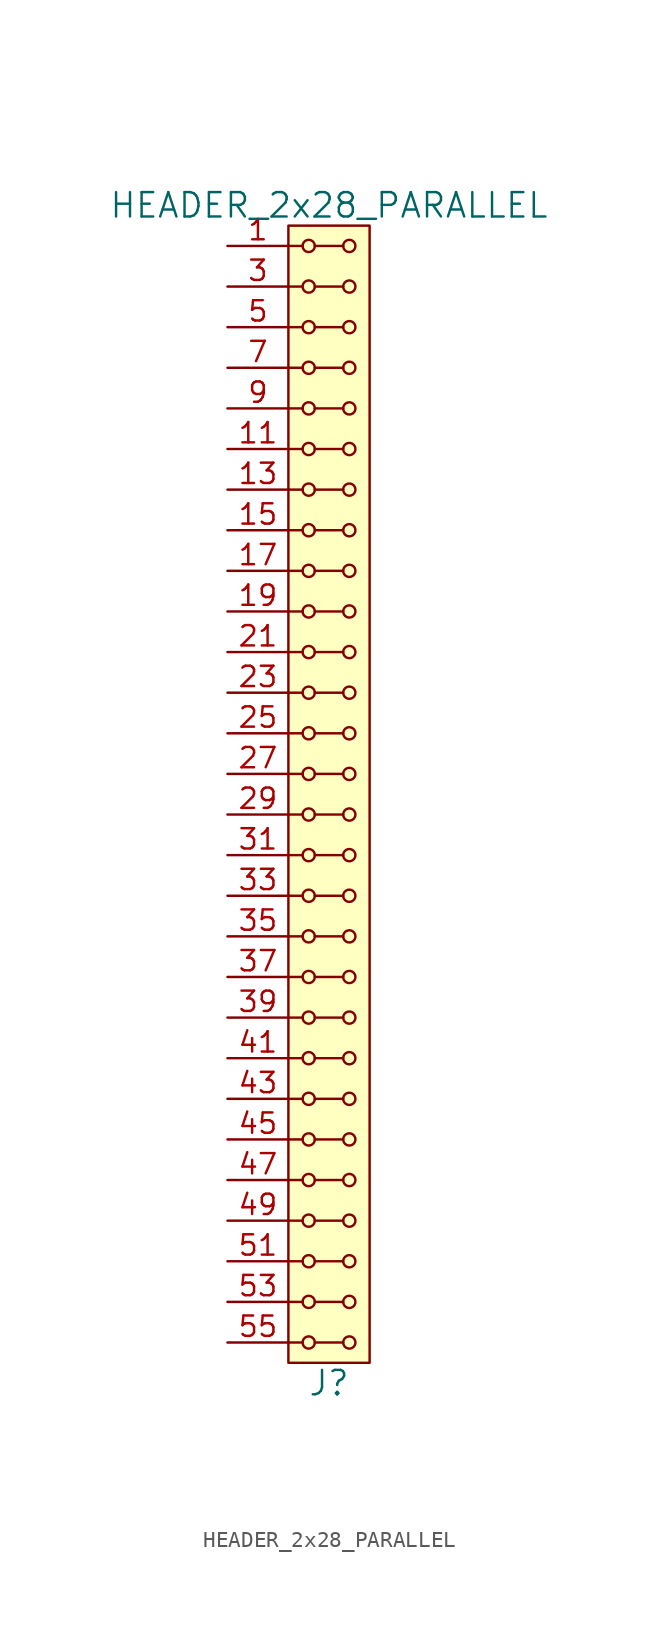
<source format=kicad_sym>
(kicad_symbol_lib
  (version 20211014)
  (generator kicad_symbol_editor)
  (symbol "HEADER_2x28_PARALLEL"
    (pin_names
      (offset 1.016))
    (property "Reference" "J"
      (at 0 -36.83 0)
      (effects (font (size 1.524 1.524))))
    (property "Value" "HEADER_2x28_PARALLEL"
      (at 0 36.83 0)
      (effects (font (size 1.524 1.524))))
    (property "Footprint" ""
      (at 0 34.29 0)
      (effects (font (size 1.524 1.524))))
    (property "Datasheet" ""
      (at 0 34.29 0)
      (effects (font (size 1.524 1.524))))
    (symbol "HEADER_2x28_PARALLEL_0_1"
      (rectangle (start -2.54 35.56) (end 2.54 -35.56) (stroke (width 0) (type default) (color 0 0 0 0)) (fill (type background)))
      (circle (center -1.27 -34.29) (radius 0.381) (stroke (width 0) (type default) (color 0 0 0 0)) (fill (type none)))
      (circle (center -1.27 -31.75) (radius 0.381) (stroke (width 0) (type default) (color 0 0 0 0)) (fill (type none)))
      (circle (center -1.27 -29.21) (radius 0.381) (stroke (width 0) (type default) (color 0 0 0 0)) (fill (type none)))
      (circle (center -1.27 -26.67) (radius 0.381) (stroke (width 0) (type default) (color 0 0 0 0)) (fill (type none)))
      (circle (center -1.27 -24.13) (radius 0.381) (stroke (width 0) (type default) (color 0 0 0 0)) (fill (type none)))
      (circle (center -1.27 -21.59) (radius 0.381) (stroke (width 0) (type default) (color 0 0 0 0)) (fill (type none)))
      (circle (center -1.27 -19.05) (radius 0.381) (stroke (width 0) (type default) (color 0 0 0 0)) (fill (type none)))
      (circle (center -1.27 -16.51) (radius 0.381) (stroke (width 0) (type default) (color 0 0 0 0)) (fill (type none)))
      (circle (center -1.27 -13.97) (radius 0.381) (stroke (width 0) (type default) (color 0 0 0 0)) (fill (type none)))
      (circle (center -1.27 -11.43) (radius 0.381) (stroke (width 0) (type default) (color 0 0 0 0)) (fill (type none)))
      (circle (center -1.27 -8.89) (radius 0.381) (stroke (width 0) (type default) (color 0 0 0 0)) (fill (type none)))
      (circle (center -1.27 -6.35) (radius 0.381) (stroke (width 0) (type default) (color 0 0 0 0)) (fill (type none)))
      (circle (center -1.27 -3.81) (radius 0.381) (stroke (width 0) (type default) (color 0 0 0 0)) (fill (type none)))
      (circle (center -1.27 -1.27) (radius 0.381) (stroke (width 0) (type default) (color 0 0 0 0)) (fill (type none)))
      (circle (center -1.27 1.27) (radius 0.381) (stroke (width 0) (type default) (color 0 0 0 0)) (fill (type none)))
      (circle (center -1.27 3.81) (radius 0.381) (stroke (width 0) (type default) (color 0 0 0 0)) (fill (type none)))
      (circle (center -1.27 6.35) (radius 0.381) (stroke (width 0) (type default) (color 0 0 0 0)) (fill (type none)))
      (circle (center -1.27 8.89) (radius 0.381) (stroke (width 0) (type default) (color 0 0 0 0)) (fill (type none)))
      (circle (center -1.27 11.43) (radius 0.381) (stroke (width 0) (type default) (color 0 0 0 0)) (fill (type none)))
      (circle (center -1.27 13.97) (radius 0.381) (stroke (width 0) (type default) (color 0 0 0 0)) (fill (type none)))
      (circle (center -1.27 16.51) (radius 0.381) (stroke (width 0) (type default) (color 0 0 0 0)) (fill (type none)))
      (circle (center -1.27 19.05) (radius 0.381) (stroke (width 0) (type default) (color 0 0 0 0)) (fill (type none)))
      (circle (center -1.27 21.59) (radius 0.381) (stroke (width 0) (type default) (color 0 0 0 0)) (fill (type none)))
      (circle (center -1.27 24.13) (radius 0.381) (stroke (width 0) (type default) (color 0 0 0 0)) (fill (type none)))
      (circle (center -1.27 26.67) (radius 0.381) (stroke (width 0) (type default) (color 0 0 0 0)) (fill (type none)))
      (circle (center -1.27 29.21) (radius 0.381) (stroke (width 0) (type default) (color 0 0 0 0)) (fill (type none)))
      (circle (center -1.27 31.75) (radius 0.381) (stroke (width 0) (type default) (color 0 0 0 0)) (fill (type none)))
      (circle (center -1.27 34.29) (radius 0.381) (stroke (width 0) (type default) (color 0 0 0 0)) (fill (type none)))
      (polyline (pts (xy -1.651 -34.29) (xy -2.54 -34.29)) (stroke (width 0) (type default) (color 0 0 0 0)) (fill (type none)))
      (polyline (pts (xy -1.651 -31.75) (xy -2.54 -31.75)) (stroke (width 0) (type default) (color 0 0 0 0)) (fill (type none)))
      (polyline (pts (xy -1.651 -29.21) (xy -2.54 -29.21)) (stroke (width 0) (type default) (color 0 0 0 0)) (fill (type none)))
      (polyline (pts (xy -1.651 -26.67) (xy -2.54 -26.67)) (stroke (width 0) (type default) (color 0 0 0 0)) (fill (type none)))
      (polyline (pts (xy -1.651 -24.13) (xy -2.54 -24.13)) (stroke (width 0) (type default) (color 0 0 0 0)) (fill (type none)))
      (polyline (pts (xy -1.651 -21.59) (xy -2.54 -21.59)) (stroke (width 0) (type default) (color 0 0 0 0)) (fill (type none)))
      (polyline (pts (xy -1.651 -19.05) (xy -2.54 -19.05)) (stroke (width 0) (type default) (color 0 0 0 0)) (fill (type none)))
      (polyline (pts (xy -1.651 -16.51) (xy -2.54 -16.51)) (stroke (width 0) (type default) (color 0 0 0 0)) (fill (type none)))
      (polyline (pts (xy -1.651 -13.97) (xy -2.54 -13.97)) (stroke (width 0) (type default) (color 0 0 0 0)) (fill (type none)))
      (polyline (pts (xy -1.651 -11.43) (xy -2.54 -11.43)) (stroke (width 0) (type default) (color 0 0 0 0)) (fill (type none)))
      (polyline (pts (xy -1.651 -8.89) (xy -2.54 -8.89)) (stroke (width 0) (type default) (color 0 0 0 0)) (fill (type none)))
      (polyline (pts (xy -1.651 -6.35) (xy -2.54 -6.35)) (stroke (width 0) (type default) (color 0 0 0 0)) (fill (type none)))
      (polyline (pts (xy -1.651 -3.81) (xy -2.54 -3.81)) (stroke (width 0) (type default) (color 0 0 0 0)) (fill (type none)))
      (polyline (pts (xy -1.651 -1.27) (xy -2.54 -1.27)) (stroke (width 0) (type default) (color 0 0 0 0)) (fill (type none)))
      (polyline (pts (xy -1.651 1.27) (xy -2.54 1.27)) (stroke (width 0) (type default) (color 0 0 0 0)) (fill (type none)))
      (polyline (pts (xy -1.651 3.81) (xy -2.54 3.81)) (stroke (width 0) (type default) (color 0 0 0 0)) (fill (type none)))
      (polyline (pts (xy -1.651 6.35) (xy -2.54 6.35)) (stroke (width 0) (type default) (color 0 0 0 0)) (fill (type none)))
      (polyline (pts (xy -1.651 8.89) (xy -2.54 8.89)) (stroke (width 0) (type default) (color 0 0 0 0)) (fill (type none)))
      (polyline (pts (xy -1.651 11.43) (xy -2.54 11.43)) (stroke (width 0) (type default) (color 0 0 0 0)) (fill (type none)))
      (polyline (pts (xy -1.651 13.97) (xy -2.54 13.97)) (stroke (width 0) (type default) (color 0 0 0 0)) (fill (type none)))
      (polyline (pts (xy -1.651 16.51) (xy -2.54 16.51)) (stroke (width 0) (type default) (color 0 0 0 0)) (fill (type none)))
      (polyline (pts (xy -1.651 19.05) (xy -2.54 19.05)) (stroke (width 0) (type default) (color 0 0 0 0)) (fill (type none)))
      (polyline (pts (xy -1.651 21.59) (xy -2.54 21.59)) (stroke (width 0) (type default) (color 0 0 0 0)) (fill (type none)))
      (polyline (pts (xy -1.651 24.13) (xy -2.54 24.13)) (stroke (width 0) (type default) (color 0 0 0 0)) (fill (type none)))
      (polyline (pts (xy -1.651 26.67) (xy -2.54 26.67)) (stroke (width 0) (type default) (color 0 0 0 0)) (fill (type none)))
      (polyline (pts (xy -1.651 29.21) (xy -2.54 29.21)) (stroke (width 0) (type default) (color 0 0 0 0)) (fill (type none)))
      (polyline (pts (xy -1.651 31.75) (xy -2.54 31.75)) (stroke (width 0) (type default) (color 0 0 0 0)) (fill (type none)))
      (polyline (pts (xy -1.651 34.29) (xy -2.54 34.29)) (stroke (width 0) (type default) (color 0 0 0 0)) (fill (type none)))
      (polyline (pts (xy -0.889 -34.29) (xy 0.889 -34.29)) (stroke (width 0) (type default) (color 0 0 0 0)) (fill (type none)))
      (polyline (pts (xy -0.889 -31.75) (xy 0.889 -31.75)) (stroke (width 0) (type default) (color 0 0 0 0)) (fill (type none)))
      (polyline (pts (xy -0.889 -29.21) (xy 0.889 -29.21)) (stroke (width 0) (type default) (color 0 0 0 0)) (fill (type none)))
      (polyline (pts (xy -0.889 -26.67) (xy 0.889 -26.67)) (stroke (width 0) (type default) (color 0 0 0 0)) (fill (type none)))
      (polyline (pts (xy -0.889 -24.13) (xy 0.889 -24.13)) (stroke (width 0) (type default) (color 0 0 0 0)) (fill (type none)))
      (polyline (pts (xy -0.889 -21.59) (xy 0.889 -21.59)) (stroke (width 0) (type default) (color 0 0 0 0)) (fill (type none)))
      (polyline (pts (xy -0.889 -19.05) (xy 0.889 -19.05)) (stroke (width 0) (type default) (color 0 0 0 0)) (fill (type none)))
      (polyline (pts (xy -0.889 -16.51) (xy 0.889 -16.51)) (stroke (width 0) (type default) (color 0 0 0 0)) (fill (type none)))
      (polyline (pts (xy -0.889 -13.97) (xy 0.889 -13.97)) (stroke (width 0) (type default) (color 0 0 0 0)) (fill (type none)))
      (polyline (pts (xy -0.889 -11.43) (xy 0.889 -11.43)) (stroke (width 0) (type default) (color 0 0 0 0)) (fill (type none)))
      (polyline (pts (xy -0.889 -8.89) (xy 0.889 -8.89)) (stroke (width 0) (type default) (color 0 0 0 0)) (fill (type none)))
      (polyline (pts (xy -0.889 -6.35) (xy 0.889 -6.35)) (stroke (width 0) (type default) (color 0 0 0 0)) (fill (type none)))
      (polyline (pts (xy -0.889 -3.81) (xy 0.889 -3.81)) (stroke (width 0) (type default) (color 0 0 0 0)) (fill (type none)))
      (polyline (pts (xy -0.889 -1.27) (xy 0.889 -1.27)) (stroke (width 0) (type default) (color 0 0 0 0)) (fill (type none)))
      (polyline (pts (xy -0.889 1.27) (xy 0.889 1.27)) (stroke (width 0) (type default) (color 0 0 0 0)) (fill (type none)))
      (polyline (pts (xy -0.889 3.81) (xy 0.889 3.81)) (stroke (width 0) (type default) (color 0 0 0 0)) (fill (type none)))
      (polyline (pts (xy -0.889 6.35) (xy 0.889 6.35)) (stroke (width 0) (type default) (color 0 0 0 0)) (fill (type none)))
      (polyline (pts (xy -0.889 8.89) (xy 0.889 8.89)) (stroke (width 0) (type default) (color 0 0 0 0)) (fill (type none)))
      (polyline (pts (xy -0.889 11.43) (xy 0.889 11.43)) (stroke (width 0) (type default) (color 0 0 0 0)) (fill (type none)))
      (polyline (pts (xy -0.889 13.97) (xy 0.889 13.97)) (stroke (width 0) (type default) (color 0 0 0 0)) (fill (type none)))
      (polyline (pts (xy -0.889 16.51) (xy 0.889 16.51)) (stroke (width 0) (type default) (color 0 0 0 0)) (fill (type none)))
      (polyline (pts (xy -0.889 19.05) (xy 0.889 19.05)) (stroke (width 0) (type default) (color 0 0 0 0)) (fill (type none)))
      (polyline (pts (xy -0.889 21.59) (xy 0.889 21.59)) (stroke (width 0) (type default) (color 0 0 0 0)) (fill (type none)))
      (polyline (pts (xy -0.889 24.13) (xy 0.889 24.13)) (stroke (width 0) (type default) (color 0 0 0 0)) (fill (type none)))
      (polyline (pts (xy -0.889 26.67) (xy 0.889 26.67)) (stroke (width 0) (type default) (color 0 0 0 0)) (fill (type none)))
      (polyline (pts (xy -0.889 29.21) (xy 0.889 29.21)) (stroke (width 0) (type default) (color 0 0 0 0)) (fill (type none)))
      (polyline (pts (xy -0.889 31.75) (xy 0.889 31.75)) (stroke (width 0) (type default) (color 0 0 0 0)) (fill (type none)))
      (polyline (pts (xy -0.889 34.29) (xy 0.889 34.29)) (stroke (width 0) (type default) (color 0 0 0 0)) (fill (type none)))
      (circle (center 1.27 -34.29) (radius 0.381) (stroke (width 0) (type default) (color 0 0 0 0)) (fill (type none)))
      (circle (center 1.27 -31.75) (radius 0.381) (stroke (width 0) (type default) (color 0 0 0 0)) (fill (type none)))
      (circle (center 1.27 -29.21) (radius 0.381) (stroke (width 0) (type default) (color 0 0 0 0)) (fill (type none)))
      (circle (center 1.27 -26.67) (radius 0.381) (stroke (width 0) (type default) (color 0 0 0 0)) (fill (type none)))
      (circle (center 1.27 -24.13) (radius 0.381) (stroke (width 0) (type default) (color 0 0 0 0)) (fill (type none)))
      (circle (center 1.27 -21.59) (radius 0.381) (stroke (width 0) (type default) (color 0 0 0 0)) (fill (type none)))
      (circle (center 1.27 -19.05) (radius 0.381) (stroke (width 0) (type default) (color 0 0 0 0)) (fill (type none)))
      (circle (center 1.27 -16.51) (radius 0.381) (stroke (width 0) (type default) (color 0 0 0 0)) (fill (type none)))
      (circle (center 1.27 -13.97) (radius 0.381) (stroke (width 0) (type default) (color 0 0 0 0)) (fill (type none)))
      (circle (center 1.27 -11.43) (radius 0.381) (stroke (width 0) (type default) (color 0 0 0 0)) (fill (type none)))
      (circle (center 1.27 -8.89) (radius 0.381) (stroke (width 0) (type default) (color 0 0 0 0)) (fill (type none)))
      (circle (center 1.27 -6.35) (radius 0.381) (stroke (width 0) (type default) (color 0 0 0 0)) (fill (type none)))
      (circle (center 1.27 -3.81) (radius 0.381) (stroke (width 0) (type default) (color 0 0 0 0)) (fill (type none)))
      (circle (center 1.27 -1.27) (radius 0.381) (stroke (width 0) (type default) (color 0 0 0 0)) (fill (type none)))
      (circle (center 1.27 1.27) (radius 0.381) (stroke (width 0) (type default) (color 0 0 0 0)) (fill (type none)))
      (circle (center 1.27 3.81) (radius 0.381) (stroke (width 0) (type default) (color 0 0 0 0)) (fill (type none)))
      (circle (center 1.27 6.35) (radius 0.381) (stroke (width 0) (type default) (color 0 0 0 0)) (fill (type none)))
      (circle (center 1.27 8.89) (radius 0.381) (stroke (width 0) (type default) (color 0 0 0 0)) (fill (type none)))
      (circle (center 1.27 11.43) (radius 0.381) (stroke (width 0) (type default) (color 0 0 0 0)) (fill (type none)))
      (circle (center 1.27 13.97) (radius 0.381) (stroke (width 0) (type default) (color 0 0 0 0)) (fill (type none)))
      (circle (center 1.27 16.51) (radius 0.381) (stroke (width 0) (type default) (color 0 0 0 0)) (fill (type none)))
      (circle (center 1.27 19.05) (radius 0.381) (stroke (width 0) (type default) (color 0 0 0 0)) (fill (type none)))
      (circle (center 1.27 21.59) (radius 0.381) (stroke (width 0) (type default) (color 0 0 0 0)) (fill (type none)))
      (circle (center 1.27 24.13) (radius 0.381) (stroke (width 0) (type default) (color 0 0 0 0)) (fill (type none)))
      (circle (center 1.27 26.67) (radius 0.381) (stroke (width 0) (type default) (color 0 0 0 0)) (fill (type none)))
      (circle (center 1.27 29.21) (radius 0.381) (stroke (width 0) (type default) (color 0 0 0 0)) (fill (type none)))
      (circle (center 1.27 31.75) (radius 0.381) (stroke (width 0) (type default) (color 0 0 0 0)) (fill (type none)))
      (circle (center 1.27 34.29) (radius 0.381) (stroke (width 0) (type default) (color 0 0 0 0)) (fill (type none))))
    (symbol "HEADER_2x28_PARALLEL_1_1"
      (pin input line (at -6.35 34.29 0) (length 3.81) (name "~" (effects (font (size 1.27 1.27)))) (number "1" (effects (font (size 1.27 1.27)))))
      (pin input line (at -6.35 24.13 0) (length 3.81) hide (name "~" (effects (font (size 1.27 1.27)))) (number "10" (effects (font (size 1.27 1.27)))))
      (pin input line (at -6.35 21.59 0) (length 3.81) (name "~" (effects (font (size 1.27 1.27)))) (number "11" (effects (font (size 1.27 1.27)))))
      (pin input line (at -6.35 21.59 0) (length 3.81) hide (name "~" (effects (font (size 1.27 1.27)))) (number "12" (effects (font (size 1.27 1.27)))))
      (pin input line (at -6.35 19.05 0) (length 3.81) (name "~" (effects (font (size 1.27 1.27)))) (number "13" (effects (font (size 1.27 1.27)))))
      (pin input line (at -6.35 19.05 0) (length 3.81) hide (name "~" (effects (font (size 1.27 1.27)))) (number "14" (effects (font (size 1.27 1.27)))))
      (pin input line (at -6.35 16.51 0) (length 3.81) (name "~" (effects (font (size 1.27 1.27)))) (number "15" (effects (font (size 1.27 1.27)))))
      (pin input line (at -6.35 16.51 0) (length 3.81) hide (name "~" (effects (font (size 1.27 1.27)))) (number "16" (effects (font (size 1.27 1.27)))))
      (pin input line (at -6.35 13.97 0) (length 3.81) (name "~" (effects (font (size 1.27 1.27)))) (number "17" (effects (font (size 1.27 1.27)))))
      (pin input line (at -6.35 13.97 0) (length 3.81) hide (name "~" (effects (font (size 1.27 1.27)))) (number "18" (effects (font (size 1.27 1.27)))))
      (pin input line (at -6.35 11.43 0) (length 3.81) (name "~" (effects (font (size 1.27 1.27)))) (number "19" (effects (font (size 1.27 1.27)))))
      (pin input line (at -6.35 34.29 0) (length 3.81) hide (name "~" (effects (font (size 1.27 1.27)))) (number "2" (effects (font (size 1.27 1.27)))))
      (pin input line (at -6.35 11.43 0) (length 3.81) hide (name "~" (effects (font (size 1.27 1.27)))) (number "20" (effects (font (size 1.27 1.27)))))
      (pin input line (at -6.35 8.89 0) (length 3.81) (name "~" (effects (font (size 1.27 1.27)))) (number "21" (effects (font (size 1.27 1.27)))))
      (pin input line (at -6.35 8.89 0) (length 3.81) hide (name "~" (effects (font (size 1.27 1.27)))) (number "22" (effects (font (size 1.27 1.27)))))
      (pin input line (at -6.35 6.35 0) (length 3.81) (name "~" (effects (font (size 1.27 1.27)))) (number "23" (effects (font (size 1.27 1.27)))))
      (pin input line (at -6.35 6.35 0) (length 3.81) hide (name "~" (effects (font (size 1.27 1.27)))) (number "24" (effects (font (size 1.27 1.27)))))
      (pin input line (at -6.35 3.81 0) (length 3.81) (name "~" (effects (font (size 1.27 1.27)))) (number "25" (effects (font (size 1.27 1.27)))))
      (pin input line (at -6.35 3.81 0) (length 3.81) hide (name "~" (effects (font (size 1.27 1.27)))) (number "26" (effects (font (size 1.27 1.27)))))
      (pin input line (at -6.35 1.27 0) (length 3.81) (name "~" (effects (font (size 1.27 1.27)))) (number "27" (effects (font (size 1.27 1.27)))))
      (pin input line (at -6.35 1.27 0) (length 3.81) hide (name "~" (effects (font (size 1.27 1.27)))) (number "28" (effects (font (size 1.27 1.27)))))
      (pin input line (at -6.35 -1.27 0) (length 3.81) (name "~" (effects (font (size 1.27 1.27)))) (number "29" (effects (font (size 1.27 1.27)))))
      (pin input line (at -6.35 31.75 0) (length 3.81) (name "~" (effects (font (size 1.27 1.27)))) (number "3" (effects (font (size 1.27 1.27)))))
      (pin input line (at -6.35 -1.27 0) (length 3.81) hide (name "~" (effects (font (size 1.27 1.27)))) (number "30" (effects (font (size 1.27 1.27)))))
      (pin input line (at -6.35 -3.81 0) (length 3.81) (name "~" (effects (font (size 1.27 1.27)))) (number "31" (effects (font (size 1.27 1.27)))))
      (pin input line (at -6.35 -3.81 0) (length 3.81) hide (name "~" (effects (font (size 1.27 1.27)))) (number "32" (effects (font (size 1.27 1.27)))))
      (pin input line (at -6.35 -6.35 0) (length 3.81) (name "~" (effects (font (size 1.27 1.27)))) (number "33" (effects (font (size 1.27 1.27)))))
      (pin input line (at -6.35 -6.35 0) (length 3.81) hide (name "~" (effects (font (size 1.27 1.27)))) (number "34" (effects (font (size 1.27 1.27)))))
      (pin input line (at -6.35 -8.89 0) (length 3.81) (name "~" (effects (font (size 1.27 1.27)))) (number "35" (effects (font (size 1.27 1.27)))))
      (pin input line (at -6.35 -8.89 0) (length 3.81) hide (name "~" (effects (font (size 1.27 1.27)))) (number "36" (effects (font (size 1.27 1.27)))))
      (pin input line (at -6.35 -11.43 0) (length 3.81) (name "~" (effects (font (size 1.27 1.27)))) (number "37" (effects (font (size 1.27 1.27)))))
      (pin input line (at -6.35 -11.43 0) (length 3.81) hide (name "~" (effects (font (size 1.27 1.27)))) (number "38" (effects (font (size 1.27 1.27)))))
      (pin input line (at -6.35 -13.97 0) (length 3.81) (name "~" (effects (font (size 1.27 1.27)))) (number "39" (effects (font (size 1.27 1.27)))))
      (pin input line (at -6.35 31.75 0) (length 3.81) hide (name "~" (effects (font (size 1.27 1.27)))) (number "4" (effects (font (size 1.27 1.27)))))
      (pin input line (at -6.35 -13.97 0) (length 3.81) hide (name "~" (effects (font (size 1.27 1.27)))) (number "40" (effects (font (size 1.27 1.27)))))
      (pin input line (at -6.35 -16.51 0) (length 3.81) (name "~" (effects (font (size 1.27 1.27)))) (number "41" (effects (font (size 1.27 1.27)))))
      (pin input line (at -6.35 -16.51 0) (length 3.81) hide (name "~" (effects (font (size 1.27 1.27)))) (number "42" (effects (font (size 1.27 1.27)))))
      (pin input line (at -6.35 -19.05 0) (length 3.81) (name "~" (effects (font (size 1.27 1.27)))) (number "43" (effects (font (size 1.27 1.27)))))
      (pin input line (at -6.35 -19.05 0) (length 3.81) hide (name "~" (effects (font (size 1.27 1.27)))) (number "44" (effects (font (size 1.27 1.27)))))
      (pin input line (at -6.35 -21.59 0) (length 3.81) (name "~" (effects (font (size 1.27 1.27)))) (number "45" (effects (font (size 1.27 1.27)))))
      (pin input line (at -6.35 -21.59 0) (length 3.81) hide (name "~" (effects (font (size 1.27 1.27)))) (number "46" (effects (font (size 1.27 1.27)))))
      (pin input line (at -6.35 -24.13 0) (length 3.81) (name "~" (effects (font (size 1.27 1.27)))) (number "47" (effects (font (size 1.27 1.27)))))
      (pin input line (at -6.35 -24.13 0) (length 3.81) hide (name "~" (effects (font (size 1.27 1.27)))) (number "48" (effects (font (size 1.27 1.27)))))
      (pin input line (at -6.35 -26.67 0) (length 3.81) (name "~" (effects (font (size 1.27 1.27)))) (number "49" (effects (font (size 1.27 1.27)))))
      (pin input line (at -6.35 29.21 0) (length 3.81) (name "~" (effects (font (size 1.27 1.27)))) (number "5" (effects (font (size 1.27 1.27)))))
      (pin input line (at -6.35 -26.67 0) (length 3.81) hide (name "~" (effects (font (size 1.27 1.27)))) (number "50" (effects (font (size 1.27 1.27)))))
      (pin input line (at -6.35 -29.21 0) (length 3.81) (name "~" (effects (font (size 1.27 1.27)))) (number "51" (effects (font (size 1.27 1.27)))))
      (pin input line (at -6.35 -29.21 0) (length 3.81) hide (name "~" (effects (font (size 1.27 1.27)))) (number "52" (effects (font (size 1.27 1.27)))))
      (pin input line (at -6.35 -31.75 0) (length 3.81) (name "~" (effects (font (size 1.27 1.27)))) (number "53" (effects (font (size 1.27 1.27)))))
      (pin input line (at -6.35 -31.75 0) (length 3.81) hide (name "~" (effects (font (size 1.27 1.27)))) (number "54" (effects (font (size 1.27 1.27)))))
      (pin input line (at -6.35 -34.29 0) (length 3.81) (name "~" (effects (font (size 1.27 1.27)))) (number "55" (effects (font (size 1.27 1.27)))))
      (pin input line (at -6.35 -34.29 0) (length 3.81) hide (name "~" (effects (font (size 1.27 1.27)))) (number "56" (effects (font (size 1.27 1.27)))))
      (pin input line (at -6.35 29.21 0) (length 3.81) hide (name "~" (effects (font (size 1.27 1.27)))) (number "6" (effects (font (size 1.27 1.27)))))
      (pin input line (at -6.35 26.67 0) (length 3.81) (name "~" (effects (font (size 1.27 1.27)))) (number "7" (effects (font (size 1.27 1.27)))))
      (pin input line (at -6.35 26.67 0) (length 3.81) hide (name "~" (effects (font (size 1.27 1.27)))) (number "8" (effects (font (size 1.27 1.27)))))
      (pin input line (at -6.35 24.13 0) (length 3.81) (name "~" (effects (font (size 1.27 1.27)))) (number "9" (effects (font (size 1.27 1.27))))))))
</source>
